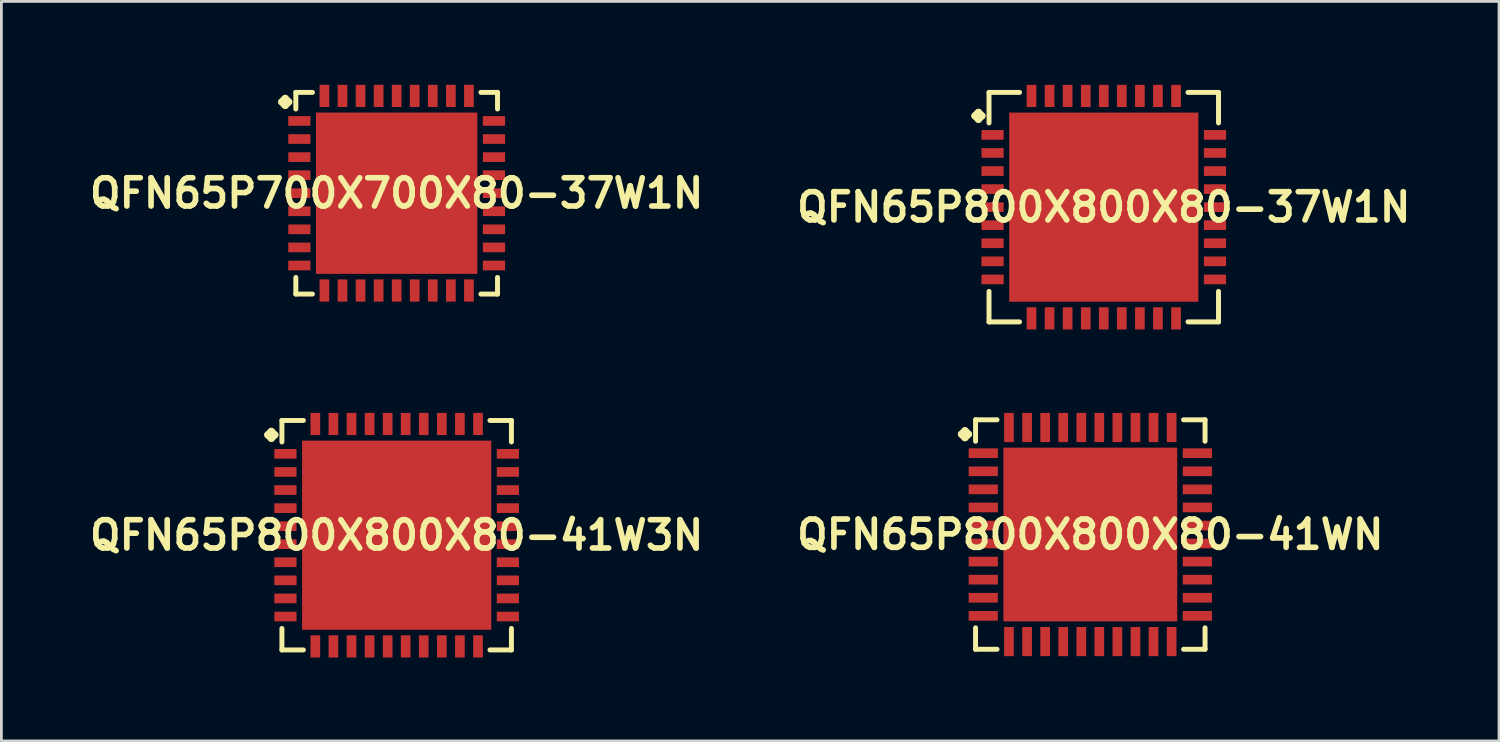
<source format=kicad_pcb>
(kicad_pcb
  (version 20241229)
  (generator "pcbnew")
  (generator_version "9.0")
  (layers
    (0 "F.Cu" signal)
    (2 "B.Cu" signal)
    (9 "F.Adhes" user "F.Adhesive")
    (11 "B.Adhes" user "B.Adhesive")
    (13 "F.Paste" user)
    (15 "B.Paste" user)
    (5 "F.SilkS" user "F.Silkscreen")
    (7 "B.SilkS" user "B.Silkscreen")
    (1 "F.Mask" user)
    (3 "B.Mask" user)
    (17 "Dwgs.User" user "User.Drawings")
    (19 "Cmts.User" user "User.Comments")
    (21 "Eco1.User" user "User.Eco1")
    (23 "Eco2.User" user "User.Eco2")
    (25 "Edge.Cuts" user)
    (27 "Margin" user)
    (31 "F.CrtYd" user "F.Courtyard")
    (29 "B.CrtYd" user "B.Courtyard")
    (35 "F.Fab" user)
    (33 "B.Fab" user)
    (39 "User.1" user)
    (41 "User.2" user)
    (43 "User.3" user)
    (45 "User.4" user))
  (footprint "QFN65P700X700X80-37W1N"
    (layer "F.Cu")
    (at 11.21 3.896)
    (property "Reference" "QFN65P700X700X80-37W1N" (at 0 0 0) (layer "F.SilkS") (effects (font (size 1.016 1.016) (thickness 0.203))))
    (attr smd)
    (fp_line (start -4.133 -3.282) (end -4.006 -3.409) (stroke (width 0.254) (type solid)) (layer "F.SilkS"))
    (fp_line (start -4.006 -3.409) (end -3.879 -3.282) (stroke (width 0.254) (type solid)) (layer "F.SilkS"))
    (fp_line (start -4.006 -3.155) (end -4.133 -3.282) (stroke (width 0.254) (type solid)) (layer "F.SilkS"))
    (fp_line (start -3.879 -3.282) (end -4.006 -3.155) (stroke (width 0.254) (type solid)) (layer "F.SilkS"))
    (fp_line (start -3.625 -3.625) (end -3.028 -3.625) (stroke (width 0.178) (type solid)) (layer "F.SilkS"))
    (fp_line (start -3.625 -3.028) (end -3.625 -3.625) (stroke (width 0.178) (type solid)) (layer "F.SilkS"))
    (fp_line (start -3.625 3.028) (end -3.625 3.625) (stroke (width 0.178) (type solid)) (layer "F.SilkS"))
    (fp_line (start -3.625 3.625) (end -3.028 3.625) (stroke (width 0.178) (type solid)) (layer "F.SilkS"))
    (fp_line (start 3.028 -3.625) (end 3.625 -3.625) (stroke (width 0.178) (type solid)) (layer "F.SilkS"))
    (fp_line (start 3.028 3.625) (end 3.625 3.625) (stroke (width 0.178) (type solid)) (layer "F.SilkS"))
    (fp_line (start 3.625 -3.625) (end 3.625 -3.028) (stroke (width 0.178) (type solid)) (layer "F.SilkS"))
    (fp_line (start 3.625 3.625) (end 3.625 3.028) (stroke (width 0.178) (type solid)) (layer "F.SilkS"))
    (pad "1" smd rect (at -3.498 -2.598) (size 0.798 0.348) (layers "F.Cu" "F.Mask" "F.Paste"))
    (pad "2" smd rect (at -3.498 -1.948) (size 0.798 0.348) (layers "F.Cu" "F.Mask" "F.Paste"))
    (pad "3" smd rect (at -3.498 -1.298) (size 0.798 0.348) (layers "F.Cu" "F.Mask" "F.Paste"))
    (pad "4" smd rect (at -3.498 -0.648) (size 0.798 0.348) (layers "F.Cu" "F.Mask" "F.Paste"))
    (pad "5" smd rect (at -3.498 0) (size 0.798 0.348) (layers "F.Cu" "F.Mask" "F.Paste"))
    (pad "6" smd rect (at -3.498 0.648) (size 0.798 0.348) (layers "F.Cu" "F.Mask" "F.Paste"))
    (pad "7" smd rect (at -3.498 1.298) (size 0.798 0.348) (layers "F.Cu" "F.Mask" "F.Paste"))
    (pad "8" smd rect (at -3.498 1.948) (size 0.798 0.348) (layers "F.Cu" "F.Mask" "F.Paste"))
    (pad "9" smd rect (at -3.498 2.598) (size 0.798 0.348) (layers "F.Cu" "F.Mask" "F.Paste"))
    (pad "10" smd rect (at -2.598 3.498) (size 0.348 0.798) (layers "F.Cu" "F.Mask" "F.Paste"))
    (pad "11" smd rect (at -1.948 3.498) (size 0.348 0.798) (layers "F.Cu" "F.Mask" "F.Paste"))
    (pad "12" smd rect (at -1.298 3.498) (size 0.348 0.798) (layers "F.Cu" "F.Mask" "F.Paste"))
    (pad "13" smd rect (at -0.648 3.498) (size 0.348 0.798) (layers "F.Cu" "F.Mask" "F.Paste"))
    (pad "14" smd rect (at 0 3.498) (size 0.348 0.798) (layers "F.Cu" "F.Mask" "F.Paste"))
    (pad "15" smd rect (at 0.648 3.498) (size 0.348 0.798) (layers "F.Cu" "F.Mask" "F.Paste"))
    (pad "16" smd rect (at 1.298 3.498) (size 0.348 0.798) (layers "F.Cu" "F.Mask" "F.Paste"))
    (pad "17" smd rect (at 1.948 3.498) (size 0.348 0.798) (layers "F.Cu" "F.Mask" "F.Paste"))
    (pad "18" smd rect (at 2.598 3.498) (size 0.348 0.798) (layers "F.Cu" "F.Mask" "F.Paste"))
    (pad "19" smd rect (at 3.498 2.598) (size 0.798 0.348) (layers "F.Cu" "F.Mask" "F.Paste"))
    (pad "20" smd rect (at 3.498 1.948) (size 0.798 0.348) (layers "F.Cu" "F.Mask" "F.Paste"))
    (pad "21" smd rect (at 3.498 1.298) (size 0.798 0.348) (layers "F.Cu" "F.Mask" "F.Paste"))
    (pad "22" smd rect (at 3.498 0.648) (size 0.798 0.348) (layers "F.Cu" "F.Mask" "F.Paste"))
    (pad "23" smd rect (at 3.498 0) (size 0.798 0.348) (layers "F.Cu" "F.Mask" "F.Paste"))
    (pad "24" smd rect (at 3.498 -0.648) (size 0.798 0.348) (layers "F.Cu" "F.Mask" "F.Paste"))
    (pad "25" smd rect (at 3.498 -1.298) (size 0.798 0.348) (layers "F.Cu" "F.Mask" "F.Paste"))
    (pad "26" smd rect (at 3.498 -1.948) (size 0.798 0.348) (layers "F.Cu" "F.Mask" "F.Paste"))
    (pad "27" smd rect (at 3.498 -2.598) (size 0.798 0.348) (layers "F.Cu" "F.Mask" "F.Paste"))
    (pad "28" smd rect (at 2.598 -3.498) (size 0.348 0.798) (layers "F.Cu" "F.Mask" "F.Paste"))
    (pad "29" smd rect (at 1.948 -3.498) (size 0.348 0.798) (layers "F.Cu" "F.Mask" "F.Paste"))
    (pad "30" smd rect (at 1.298 -3.498) (size 0.348 0.798) (layers "F.Cu" "F.Mask" "F.Paste"))
    (pad "31" smd rect (at 0.648 -3.498) (size 0.348 0.798) (layers "F.Cu" "F.Mask" "F.Paste"))
    (pad "32" smd rect (at 0 -3.498) (size 0.348 0.798) (layers "F.Cu" "F.Mask" "F.Paste"))
    (pad "33" smd rect (at -0.648 -3.498) (size 0.348 0.798) (layers "F.Cu" "F.Mask" "F.Paste"))
    (pad "34" smd rect (at -1.298 -3.498) (size 0.348 0.798) (layers "F.Cu" "F.Mask" "F.Paste"))
    (pad "35" smd rect (at -1.948 -3.498) (size 0.348 0.798) (layers "F.Cu" "F.Mask" "F.Paste"))
    (pad "36" smd rect (at -2.598 -3.498) (size 0.348 0.798) (layers "F.Cu" "F.Mask" "F.Paste"))
    (pad "37" smd rect (at 0 0) (size 5.799 5.799) (layers "F.Cu" "F.Mask" "F.Paste")))
  (footprint "QFN65P800X800X80-41WN"
    (layer "F.Cu")
    (at 36.146 16.166)
    (property "Reference" "QFN65P800X800X80-41WN" (at 0 0 0) (layer "F.SilkS") (effects (font (size 1.016 1.016) (thickness 0.203))))
    (attr smd)
    (fp_line (start -4.633 -3.607) (end -4.506 -3.734) (stroke (width 0.254) (type solid)) (layer "F.SilkS"))
    (fp_line (start -4.506 -3.734) (end -4.379 -3.607) (stroke (width 0.254) (type solid)) (layer "F.SilkS"))
    (fp_line (start -4.506 -3.48) (end -4.633 -3.607) (stroke (width 0.254) (type solid)) (layer "F.SilkS"))
    (fp_line (start -4.379 -3.607) (end -4.506 -3.48) (stroke (width 0.254) (type solid)) (layer "F.SilkS"))
    (fp_line (start -4.125 -4.125) (end -3.353 -4.125) (stroke (width 0.178) (type solid)) (layer "F.SilkS"))
    (fp_line (start -4.125 -3.353) (end -4.125 -4.125) (stroke (width 0.178) (type solid)) (layer "F.SilkS"))
    (fp_line (start -4.125 3.353) (end -4.125 4.125) (stroke (width 0.178) (type solid)) (layer "F.SilkS"))
    (fp_line (start -4.125 4.125) (end -3.353 4.125) (stroke (width 0.178) (type solid)) (layer "F.SilkS"))
    (fp_line (start 3.353 -4.125) (end 4.125 -4.125) (stroke (width 0.178) (type solid)) (layer "F.SilkS"))
    (fp_line (start 3.353 4.125) (end 4.125 4.125) (stroke (width 0.178) (type solid)) (layer "F.SilkS"))
    (fp_line (start 4.125 -4.125) (end 4.125 -3.353) (stroke (width 0.178) (type solid)) (layer "F.SilkS"))
    (fp_line (start 4.125 4.125) (end 4.125 3.353) (stroke (width 0.178) (type solid)) (layer "F.SilkS"))
    (pad "1" smd rect (at -3.848 -2.924) (size 1.049 0.348) (layers "F.Cu" "F.Mask" "F.Paste"))
    (pad "2" smd rect (at -3.848 -2.273) (size 1.049 0.348) (layers "F.Cu" "F.Mask" "F.Paste"))
    (pad "3" smd rect (at -3.848 -1.623) (size 1.049 0.348) (layers "F.Cu" "F.Mask" "F.Paste"))
    (pad "4" smd rect (at -3.848 -0.973) (size 1.049 0.348) (layers "F.Cu" "F.Mask" "F.Paste"))
    (pad "5" smd rect (at -3.848 -0.323) (size 1.049 0.348) (layers "F.Cu" "F.Mask" "F.Paste"))
    (pad "6" smd rect (at -3.848 0.323) (size 1.049 0.348) (layers "F.Cu" "F.Mask" "F.Paste"))
    (pad "7" smd rect (at -3.848 0.973) (size 1.049 0.348) (layers "F.Cu" "F.Mask" "F.Paste"))
    (pad "8" smd rect (at -3.848 1.623) (size 1.049 0.348) (layers "F.Cu" "F.Mask" "F.Paste"))
    (pad "9" smd rect (at -3.848 2.273) (size 1.049 0.348) (layers "F.Cu" "F.Mask" "F.Paste"))
    (pad "10" smd rect (at -3.848 2.924) (size 1.049 0.348) (layers "F.Cu" "F.Mask" "F.Paste"))
    (pad "11" smd rect (at -2.924 3.848) (size 0.348 1.049) (layers "F.Cu" "F.Mask" "F.Paste"))
    (pad "12" smd rect (at -2.273 3.848) (size 0.348 1.049) (layers "F.Cu" "F.Mask" "F.Paste"))
    (pad "13" smd rect (at -1.623 3.848) (size 0.348 1.049) (layers "F.Cu" "F.Mask" "F.Paste"))
    (pad "14" smd rect (at -0.973 3.848) (size 0.348 1.049) (layers "F.Cu" "F.Mask" "F.Paste"))
    (pad "15" smd rect (at -0.323 3.848) (size 0.348 1.049) (layers "F.Cu" "F.Mask" "F.Paste"))
    (pad "16" smd rect (at 0.323 3.848) (size 0.348 1.049) (layers "F.Cu" "F.Mask" "F.Paste"))
    (pad "17" smd rect (at 0.973 3.848) (size 0.348 1.049) (layers "F.Cu" "F.Mask" "F.Paste"))
    (pad "18" smd rect (at 1.623 3.848) (size 0.348 1.049) (layers "F.Cu" "F.Mask" "F.Paste"))
    (pad "19" smd rect (at 2.273 3.848) (size 0.348 1.049) (layers "F.Cu" "F.Mask" "F.Paste"))
    (pad "20" smd rect (at 2.924 3.848) (size 0.348 1.049) (layers "F.Cu" "F.Mask" "F.Paste"))
    (pad "21" smd rect (at 3.848 2.924) (size 1.049 0.348) (layers "F.Cu" "F.Mask" "F.Paste"))
    (pad "22" smd rect (at 3.848 2.273) (size 1.049 0.348) (layers "F.Cu" "F.Mask" "F.Paste"))
    (pad "23" smd rect (at 3.848 1.623) (size 1.049 0.348) (layers "F.Cu" "F.Mask" "F.Paste"))
    (pad "24" smd rect (at 3.848 0.973) (size 1.049 0.348) (layers "F.Cu" "F.Mask" "F.Paste"))
    (pad "25" smd rect (at 3.848 0.323) (size 1.049 0.348) (layers "F.Cu" "F.Mask" "F.Paste"))
    (pad "26" smd rect (at 3.848 -0.323) (size 1.049 0.348) (layers "F.Cu" "F.Mask" "F.Paste"))
    (pad "27" smd rect (at 3.848 -0.973) (size 1.049 0.348) (layers "F.Cu" "F.Mask" "F.Paste"))
    (pad "28" smd rect (at 3.848 -1.623) (size 1.049 0.348) (layers "F.Cu" "F.Mask" "F.Paste"))
    (pad "29" smd rect (at 3.848 -2.273) (size 1.049 0.348) (layers "F.Cu" "F.Mask" "F.Paste"))
    (pad "30" smd rect (at 3.848 -2.924) (size 1.049 0.348) (layers "F.Cu" "F.Mask" "F.Paste"))
    (pad "31" smd rect (at 2.924 -3.848) (size 0.348 1.049) (layers "F.Cu" "F.Mask" "F.Paste"))
    (pad "32" smd rect (at 2.273 -3.848) (size 0.348 1.049) (layers "F.Cu" "F.Mask" "F.Paste"))
    (pad "33" smd rect (at 1.623 -3.848) (size 0.348 1.049) (layers "F.Cu" "F.Mask" "F.Paste"))
    (pad "34" smd rect (at 0.973 -3.848) (size 0.348 1.049) (layers "F.Cu" "F.Mask" "F.Paste"))
    (pad "35" smd rect (at 0.323 -3.848) (size 0.348 1.049) (layers "F.Cu" "F.Mask" "F.Paste"))
    (pad "36" smd rect (at -0.323 -3.848) (size 0.348 1.049) (layers "F.Cu" "F.Mask" "F.Paste"))
    (pad "37" smd rect (at -0.973 -3.848) (size 0.348 1.049) (layers "F.Cu" "F.Mask" "F.Paste"))
    (pad "38" smd rect (at -1.623 -3.848) (size 0.348 1.049) (layers "F.Cu" "F.Mask" "F.Paste"))
    (pad "39" smd rect (at -2.273 -3.848) (size 0.348 1.049) (layers "F.Cu" "F.Mask" "F.Paste"))
    (pad "40" smd rect (at -2.924 -3.848) (size 0.348 1.049) (layers "F.Cu" "F.Mask" "F.Paste"))
    (pad "41" smd rect (at 0 0) (size 6.248 6.248) (layers "F.Cu" "F.Mask" "F.Paste")))
  (footprint "QFN65P800X800X80-41W3N"
    (layer "F.Cu")
    (at 11.21 16.19)
    (property "Reference" "QFN65P800X800X80-41W3N" (at 0 0 0) (layer "F.SilkS") (effects (font (size 1.016 1.016) (thickness 0.203))))
    (attr smd)
    (fp_line (start -4.633 -3.607) (end -4.506 -3.734) (stroke (width 0.254) (type solid)) (layer "F.SilkS"))
    (fp_line (start -4.506 -3.734) (end -4.379 -3.607) (stroke (width 0.254) (type solid)) (layer "F.SilkS"))
    (fp_line (start -4.506 -3.48) (end -4.633 -3.607) (stroke (width 0.254) (type solid)) (layer "F.SilkS"))
    (fp_line (start -4.379 -3.607) (end -4.506 -3.48) (stroke (width 0.254) (type solid)) (layer "F.SilkS"))
    (fp_line (start -4.125 -4.125) (end -3.353 -4.125) (stroke (width 0.178) (type solid)) (layer "F.SilkS"))
    (fp_line (start -4.125 -3.353) (end -4.125 -4.125) (stroke (width 0.178) (type solid)) (layer "F.SilkS"))
    (fp_line (start -4.125 3.353) (end -4.125 4.125) (stroke (width 0.178) (type solid)) (layer "F.SilkS"))
    (fp_line (start -4.125 4.125) (end -3.353 4.125) (stroke (width 0.178) (type solid)) (layer "F.SilkS"))
    (fp_line (start 3.353 -4.125) (end 4.125 -4.125) (stroke (width 0.178) (type solid)) (layer "F.SilkS"))
    (fp_line (start 3.353 4.125) (end 4.125 4.125) (stroke (width 0.178) (type solid)) (layer "F.SilkS"))
    (fp_line (start 4.125 -4.125) (end 4.125 -3.353) (stroke (width 0.178) (type solid)) (layer "F.SilkS"))
    (fp_line (start 4.125 4.125) (end 4.125 3.353) (stroke (width 0.178) (type solid)) (layer "F.SilkS"))
    (pad "1" smd rect (at -3.998 -2.924) (size 0.798 0.348) (layers "F.Cu" "F.Mask" "F.Paste"))
    (pad "2" smd rect (at -3.998 -2.273) (size 0.798 0.348) (layers "F.Cu" "F.Mask" "F.Paste"))
    (pad "3" smd rect (at -3.998 -1.623) (size 0.798 0.348) (layers "F.Cu" "F.Mask" "F.Paste"))
    (pad "4" smd rect (at -3.998 -0.973) (size 0.798 0.348) (layers "F.Cu" "F.Mask" "F.Paste"))
    (pad "5" smd rect (at -3.998 -0.323) (size 0.798 0.348) (layers "F.Cu" "F.Mask" "F.Paste"))
    (pad "6" smd rect (at -3.998 0.323) (size 0.798 0.348) (layers "F.Cu" "F.Mask" "F.Paste"))
    (pad "7" smd rect (at -3.998 0.973) (size 0.798 0.348) (layers "F.Cu" "F.Mask" "F.Paste"))
    (pad "8" smd rect (at -3.998 1.623) (size 0.798 0.348) (layers "F.Cu" "F.Mask" "F.Paste"))
    (pad "9" smd rect (at -3.998 2.273) (size 0.798 0.348) (layers "F.Cu" "F.Mask" "F.Paste"))
    (pad "10" smd rect (at -3.998 2.924) (size 0.798 0.348) (layers "F.Cu" "F.Mask" "F.Paste"))
    (pad "11" smd rect (at -2.924 3.998) (size 0.348 0.798) (layers "F.Cu" "F.Mask" "F.Paste"))
    (pad "12" smd rect (at -2.273 3.998) (size 0.348 0.798) (layers "F.Cu" "F.Mask" "F.Paste"))
    (pad "13" smd rect (at -1.623 3.998) (size 0.348 0.798) (layers "F.Cu" "F.Mask" "F.Paste"))
    (pad "14" smd rect (at -0.973 3.998) (size 0.348 0.798) (layers "F.Cu" "F.Mask" "F.Paste"))
    (pad "15" smd rect (at -0.323 3.998) (size 0.348 0.798) (layers "F.Cu" "F.Mask" "F.Paste"))
    (pad "16" smd rect (at 0.323 3.998) (size 0.348 0.798) (layers "F.Cu" "F.Mask" "F.Paste"))
    (pad "17" smd rect (at 0.973 3.998) (size 0.348 0.798) (layers "F.Cu" "F.Mask" "F.Paste"))
    (pad "18" smd rect (at 1.623 3.998) (size 0.348 0.798) (layers "F.Cu" "F.Mask" "F.Paste"))
    (pad "19" smd rect (at 2.273 3.998) (size 0.348 0.798) (layers "F.Cu" "F.Mask" "F.Paste"))
    (pad "20" smd rect (at 2.924 3.998) (size 0.348 0.798) (layers "F.Cu" "F.Mask" "F.Paste"))
    (pad "21" smd rect (at 3.998 2.924) (size 0.798 0.348) (layers "F.Cu" "F.Mask" "F.Paste"))
    (pad "22" smd rect (at 3.998 2.273) (size 0.798 0.348) (layers "F.Cu" "F.Mask" "F.Paste"))
    (pad "23" smd rect (at 3.998 1.623) (size 0.798 0.348) (layers "F.Cu" "F.Mask" "F.Paste"))
    (pad "24" smd rect (at 3.998 0.973) (size 0.798 0.348) (layers "F.Cu" "F.Mask" "F.Paste"))
    (pad "25" smd rect (at 3.998 0.323) (size 0.798 0.348) (layers "F.Cu" "F.Mask" "F.Paste"))
    (pad "26" smd rect (at 3.998 -0.323) (size 0.798 0.348) (layers "F.Cu" "F.Mask" "F.Paste"))
    (pad "27" smd rect (at 3.998 -0.973) (size 0.798 0.348) (layers "F.Cu" "F.Mask" "F.Paste"))
    (pad "28" smd rect (at 3.998 -1.623) (size 0.798 0.348) (layers "F.Cu" "F.Mask" "F.Paste"))
    (pad "29" smd rect (at 3.998 -2.273) (size 0.798 0.348) (layers "F.Cu" "F.Mask" "F.Paste"))
    (pad "30" smd rect (at 3.998 -2.924) (size 0.798 0.348) (layers "F.Cu" "F.Mask" "F.Paste"))
    (pad "31" smd rect (at 2.924 -3.998) (size 0.348 0.798) (layers "F.Cu" "F.Mask" "F.Paste"))
    (pad "32" smd rect (at 2.273 -3.998) (size 0.348 0.798) (layers "F.Cu" "F.Mask" "F.Paste"))
    (pad "33" smd rect (at 1.623 -3.998) (size 0.348 0.798) (layers "F.Cu" "F.Mask" "F.Paste"))
    (pad "34" smd rect (at 0.973 -3.998) (size 0.348 0.798) (layers "F.Cu" "F.Mask" "F.Paste"))
    (pad "35" smd rect (at 0.323 -3.998) (size 0.348 0.798) (layers "F.Cu" "F.Mask" "F.Paste"))
    (pad "36" smd rect (at -0.323 -3.998) (size 0.348 0.798) (layers "F.Cu" "F.Mask" "F.Paste"))
    (pad "37" smd rect (at -0.973 -3.998) (size 0.348 0.798) (layers "F.Cu" "F.Mask" "F.Paste"))
    (pad "38" smd rect (at -1.623 -3.998) (size 0.348 0.798) (layers "F.Cu" "F.Mask" "F.Paste"))
    (pad "39" smd rect (at -2.273 -3.998) (size 0.348 0.798) (layers "F.Cu" "F.Mask" "F.Paste"))
    (pad "40" smd rect (at -2.924 -3.998) (size 0.348 0.798) (layers "F.Cu" "F.Mask" "F.Paste"))
    (pad "41" smd rect (at 0 0) (size 6.8 6.8) (layers "F.Cu" "F.Mask" "F.Paste")))
  (footprint "QFN65P800X800X80-37W1N"
    (layer "F.Cu")
    (at 36.63 4.397)
    (property "Reference" "QFN65P800X800X80-37W1N" (at 0 0 0) (layer "F.SilkS") (effects (font (size 1.016 1.016) (thickness 0.203))))
    (attr smd)
    (fp_line (start -4.633 -3.282) (end -4.506 -3.409) (stroke (width 0.254) (type solid)) (layer "F.SilkS"))
    (fp_line (start -4.506 -3.409) (end -4.379 -3.282) (stroke (width 0.254) (type solid)) (layer "F.SilkS"))
    (fp_line (start -4.506 -3.155) (end -4.633 -3.282) (stroke (width 0.254) (type solid)) (layer "F.SilkS"))
    (fp_line (start -4.379 -3.282) (end -4.506 -3.155) (stroke (width 0.254) (type solid)) (layer "F.SilkS"))
    (fp_line (start -4.125 -4.125) (end -3.028 -4.125) (stroke (width 0.178) (type solid)) (layer "F.SilkS"))
    (fp_line (start -4.125 -3.028) (end -4.125 -4.125) (stroke (width 0.178) (type solid)) (layer "F.SilkS"))
    (fp_line (start -4.125 3.028) (end -4.125 4.125) (stroke (width 0.178) (type solid)) (layer "F.SilkS"))
    (fp_line (start -4.125 4.125) (end -3.028 4.125) (stroke (width 0.178) (type solid)) (layer "F.SilkS"))
    (fp_line (start 3.028 -4.125) (end 4.125 -4.125) (stroke (width 0.178) (type solid)) (layer "F.SilkS"))
    (fp_line (start 3.028 4.125) (end 4.125 4.125) (stroke (width 0.178) (type solid)) (layer "F.SilkS"))
    (fp_line (start 4.125 -4.125) (end 4.125 -3.028) (stroke (width 0.178) (type solid)) (layer "F.SilkS"))
    (fp_line (start 4.125 4.125) (end 4.125 3.028) (stroke (width 0.178) (type solid)) (layer "F.SilkS"))
    (pad "1" smd rect (at -3.998 -2.598) (size 0.798 0.348) (layers "F.Cu" "F.Mask" "F.Paste"))
    (pad "2" smd rect (at -3.998 -1.948) (size 0.798 0.348) (layers "F.Cu" "F.Mask" "F.Paste"))
    (pad "3" smd rect (at -3.998 -1.298) (size 0.798 0.348) (layers "F.Cu" "F.Mask" "F.Paste"))
    (pad "4" smd rect (at -3.998 -0.648) (size 0.798 0.348) (layers "F.Cu" "F.Mask" "F.Paste"))
    (pad "5" smd rect (at -3.998 0) (size 0.798 0.348) (layers "F.Cu" "F.Mask" "F.Paste"))
    (pad "6" smd rect (at -3.998 0.648) (size 0.798 0.348) (layers "F.Cu" "F.Mask" "F.Paste"))
    (pad "7" smd rect (at -3.998 1.298) (size 0.798 0.348) (layers "F.Cu" "F.Mask" "F.Paste"))
    (pad "8" smd rect (at -3.998 1.948) (size 0.798 0.348) (layers "F.Cu" "F.Mask" "F.Paste"))
    (pad "9" smd rect (at -3.998 2.598) (size 0.798 0.348) (layers "F.Cu" "F.Mask" "F.Paste"))
    (pad "10" smd rect (at -2.598 3.998) (size 0.348 0.798) (layers "F.Cu" "F.Mask" "F.Paste"))
    (pad "11" smd rect (at -1.948 3.998) (size 0.348 0.798) (layers "F.Cu" "F.Mask" "F.Paste"))
    (pad "12" smd rect (at -1.298 3.998) (size 0.348 0.798) (layers "F.Cu" "F.Mask" "F.Paste"))
    (pad "13" smd rect (at -0.648 3.998) (size 0.348 0.798) (layers "F.Cu" "F.Mask" "F.Paste"))
    (pad "14" smd rect (at 0 3.998) (size 0.348 0.798) (layers "F.Cu" "F.Mask" "F.Paste"))
    (pad "15" smd rect (at 0.648 3.998) (size 0.348 0.798) (layers "F.Cu" "F.Mask" "F.Paste"))
    (pad "16" smd rect (at 1.298 3.998) (size 0.348 0.798) (layers "F.Cu" "F.Mask" "F.Paste"))
    (pad "17" smd rect (at 1.948 3.998) (size 0.348 0.798) (layers "F.Cu" "F.Mask" "F.Paste"))
    (pad "18" smd rect (at 2.598 3.998) (size 0.348 0.798) (layers "F.Cu" "F.Mask" "F.Paste"))
    (pad "19" smd rect (at 3.998 2.598) (size 0.798 0.348) (layers "F.Cu" "F.Mask" "F.Paste"))
    (pad "20" smd rect (at 3.998 1.948) (size 0.798 0.348) (layers "F.Cu" "F.Mask" "F.Paste"))
    (pad "21" smd rect (at 3.998 1.298) (size 0.798 0.348) (layers "F.Cu" "F.Mask" "F.Paste"))
    (pad "22" smd rect (at 3.998 0.648) (size 0.798 0.348) (layers "F.Cu" "F.Mask" "F.Paste"))
    (pad "23" smd rect (at 3.998 0) (size 0.798 0.348) (layers "F.Cu" "F.Mask" "F.Paste"))
    (pad "24" smd rect (at 3.998 -0.648) (size 0.798 0.348) (layers "F.Cu" "F.Mask" "F.Paste"))
    (pad "25" smd rect (at 3.998 -1.298) (size 0.798 0.348) (layers "F.Cu" "F.Mask" "F.Paste"))
    (pad "26" smd rect (at 3.998 -1.948) (size 0.798 0.348) (layers "F.Cu" "F.Mask" "F.Paste"))
    (pad "27" smd rect (at 3.998 -2.598) (size 0.798 0.348) (layers "F.Cu" "F.Mask" "F.Paste"))
    (pad "28" smd rect (at 2.598 -3.998) (size 0.348 0.798) (layers "F.Cu" "F.Mask" "F.Paste"))
    (pad "29" smd rect (at 1.948 -3.998) (size 0.348 0.798) (layers "F.Cu" "F.Mask" "F.Paste"))
    (pad "30" smd rect (at 1.298 -3.998) (size 0.348 0.798) (layers "F.Cu" "F.Mask" "F.Paste"))
    (pad "31" smd rect (at 0.648 -3.998) (size 0.348 0.798) (layers "F.Cu" "F.Mask" "F.Paste"))
    (pad "32" smd rect (at 0 -3.998) (size 0.348 0.798) (layers "F.Cu" "F.Mask" "F.Paste"))
    (pad "33" smd rect (at -0.648 -3.998) (size 0.348 0.798) (layers "F.Cu" "F.Mask" "F.Paste"))
    (pad "34" smd rect (at -1.298 -3.998) (size 0.348 0.798) (layers "F.Cu" "F.Mask" "F.Paste"))
    (pad "35" smd rect (at -1.948 -3.998) (size 0.348 0.798) (layers "F.Cu" "F.Mask" "F.Paste"))
    (pad "36" smd rect (at -2.598 -3.998) (size 0.348 0.798) (layers "F.Cu" "F.Mask" "F.Paste"))
    (pad "37" smd rect (at 0 0) (size 6.8 6.8) (layers "F.Cu" "F.Mask" "F.Paste")))
  (gr_rect
    (start -3 -3)
    (end 50.839 23.587)
    (stroke (width 0.1) (type default))
    (fill no)
    (layer "Edge.Cuts")))
</source>
